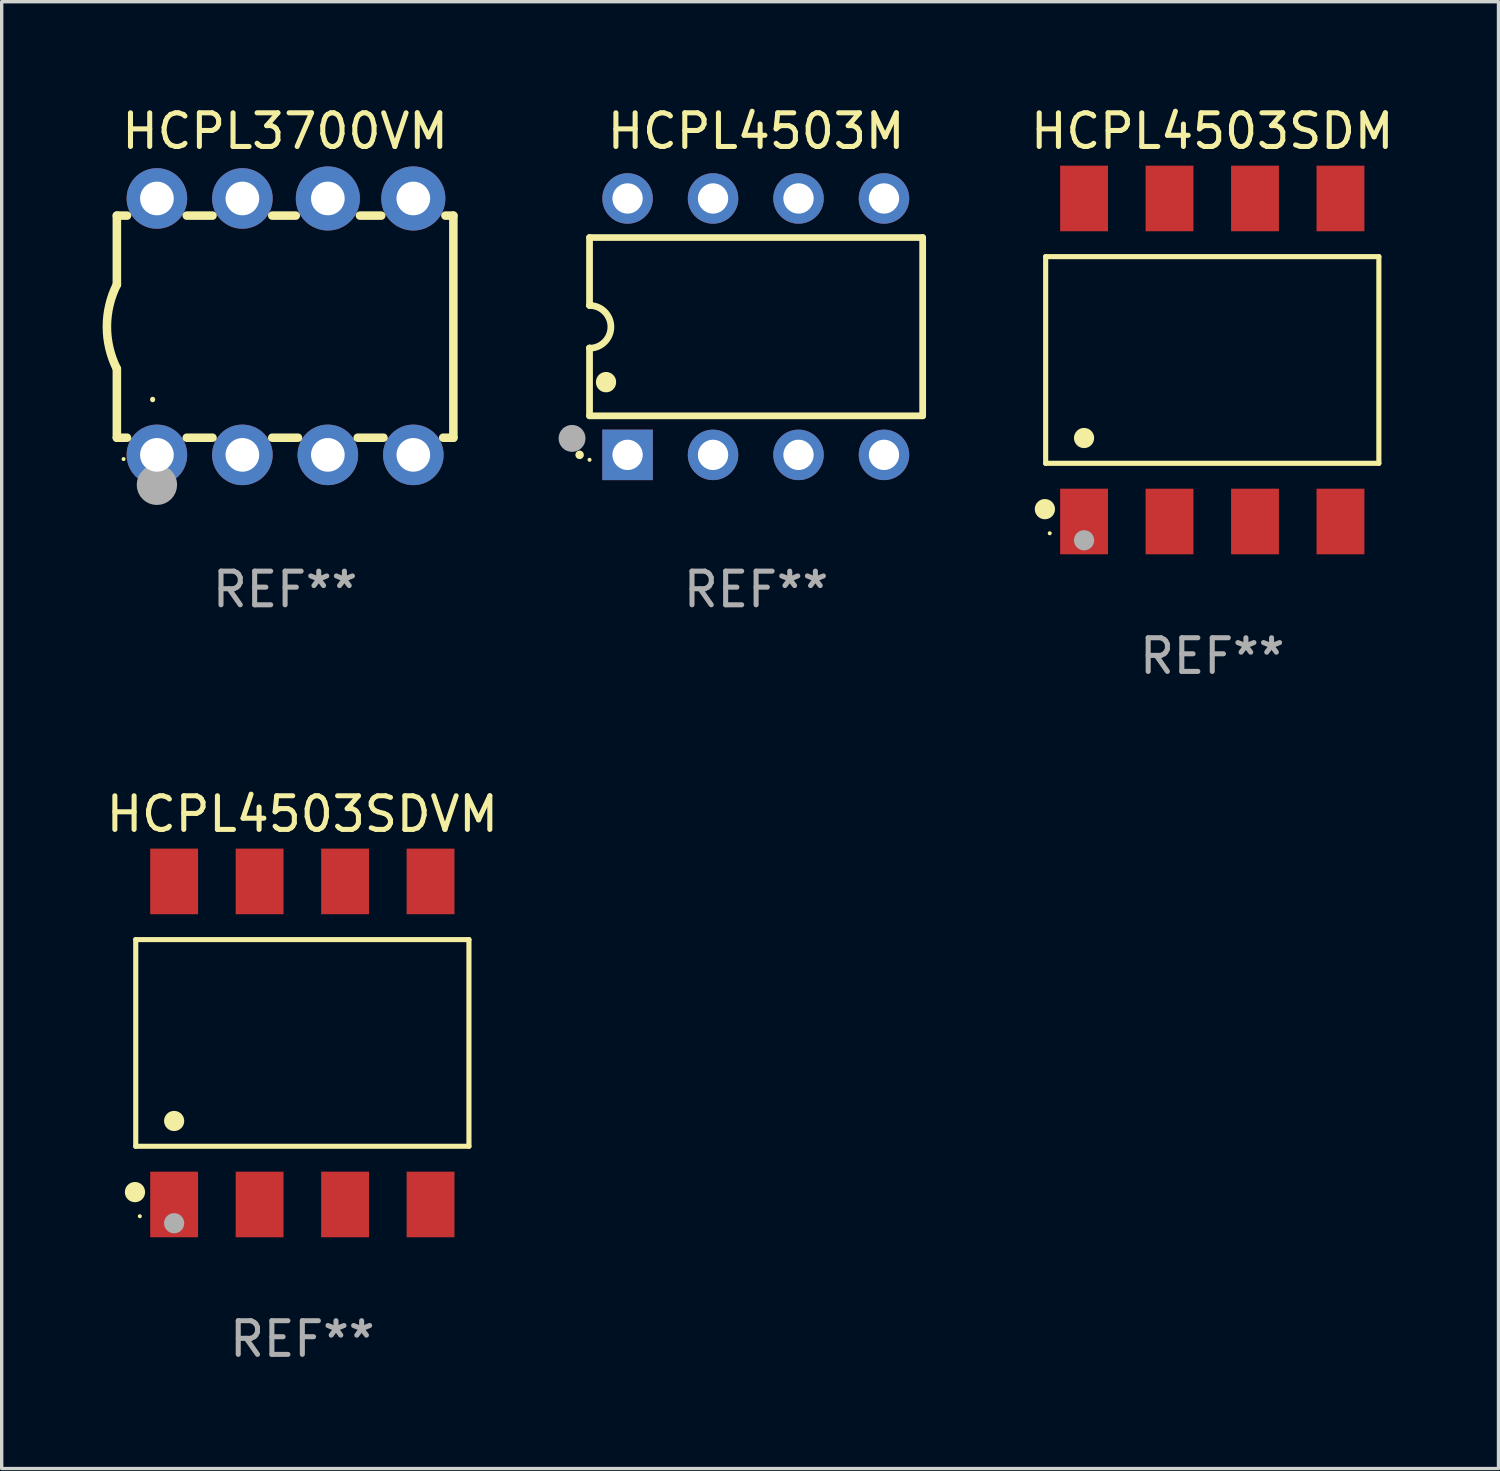
<source format=kicad_pcb>
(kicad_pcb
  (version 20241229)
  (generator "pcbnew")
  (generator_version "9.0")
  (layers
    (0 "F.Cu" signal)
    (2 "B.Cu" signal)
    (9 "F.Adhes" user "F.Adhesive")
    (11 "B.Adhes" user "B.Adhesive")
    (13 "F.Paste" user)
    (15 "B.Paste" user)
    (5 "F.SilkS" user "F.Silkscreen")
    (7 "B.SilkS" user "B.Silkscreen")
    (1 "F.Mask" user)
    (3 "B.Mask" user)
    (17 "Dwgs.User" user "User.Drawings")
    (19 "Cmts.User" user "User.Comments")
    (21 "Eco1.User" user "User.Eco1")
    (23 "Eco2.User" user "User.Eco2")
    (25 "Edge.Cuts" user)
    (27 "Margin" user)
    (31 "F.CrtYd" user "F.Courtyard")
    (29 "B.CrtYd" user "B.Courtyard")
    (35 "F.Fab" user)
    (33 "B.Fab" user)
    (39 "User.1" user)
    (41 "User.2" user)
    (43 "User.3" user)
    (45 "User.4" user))
  (footprint "HCPL4503SDM"
    (layer "F.Cu")
    (at 32.976 7.648)
    (property "Reference" "HCPL4503SDM" (at 0 -6.8 0) (layer "F.SilkS") (effects (font (size 1 1) (thickness 0.15))))
    (attr through_hole)
    (fp_line (start -4.951 -3.071) (end 4.951 -3.071) (stroke (width 0.152) (type solid)) (layer "F.SilkS"))
    (fp_line (start -4.951 3.071) (end -4.951 -3.071) (stroke (width 0.152) (type solid)) (layer "F.SilkS"))
    (fp_line (start 4.951 -3.071) (end 4.951 3.071) (stroke (width 0.152) (type solid)) (layer "F.SilkS"))
    (fp_line (start 4.951 3.071) (end -4.951 3.071) (stroke (width 0.152) (type solid)) (layer "F.SilkS"))
    (fp_circle (center -4.974 4.433) (end -4.823 4.433) (stroke (width 0.3) (type solid)) (fill no) (layer "F.SilkS"))
    (fp_circle (center -4.83 5.15) (end -4.8 5.15) (stroke (width 0.06) (type solid)) (fill no) (layer "F.SilkS"))
    (fp_circle (center -3.81 2.319) (end -3.66 2.319) (stroke (width 0.3) (type solid)) (fill no) (layer "F.SilkS"))
    (fp_circle (center -3.81 5.358) (end -3.66 5.358) (stroke (width 0.3) (type solid)) (fill no) (layer "F.Fab"))
    (fp_text user "REF**" (at 0 8.8 0) (layer "F.Fab") (effects (font (size 1 1) (thickness 0.15))))
    (pad "1" smd rect (at -3.81 4.8) (size 1.422 1.95) (layers "F.Cu" "F.Mask" "F.Paste"))
    (pad "2" smd rect (at -1.27 4.8) (size 1.422 1.95) (layers "F.Cu" "F.Mask" "F.Paste"))
    (pad "3" smd rect (at 1.27 4.8) (size 1.422 1.95) (layers "F.Cu" "F.Mask" "F.Paste"))
    (pad "4" smd rect (at 3.81 4.8) (size 1.422 1.95) (layers "F.Cu" "F.Mask" "F.Paste"))
    (pad "5" smd rect (at 3.81 -4.8) (size 1.422 1.95) (layers "F.Cu" "F.Mask" "F.Paste"))
    (pad "6" smd rect (at 1.27 -4.8) (size 1.422 1.95) (layers "F.Cu" "F.Mask" "F.Paste"))
    (pad "7" smd rect (at -1.27 -4.8) (size 1.422 1.95) (layers "F.Cu" "F.Mask" "F.Paste"))
    (pad "8" smd rect (at -3.81 -4.8) (size 1.422 1.95) (layers "F.Cu" "F.Mask" "F.Paste")))
  (footprint "HCPL4503SDVM"
    (layer "F.Cu")
    (at 5.935 27.944)
    (property "Reference" "HCPL4503SDVM" (at 0 -6.8 0) (layer "F.SilkS") (effects (font (size 1 1) (thickness 0.15))))
    (attr through_hole)
    (fp_line (start -4.951 -3.071) (end 4.951 -3.071) (stroke (width 0.152) (type solid)) (layer "F.SilkS"))
    (fp_line (start -4.951 3.071) (end -4.951 -3.071) (stroke (width 0.152) (type solid)) (layer "F.SilkS"))
    (fp_line (start 4.951 -3.071) (end 4.951 3.071) (stroke (width 0.152) (type solid)) (layer "F.SilkS"))
    (fp_line (start 4.951 3.071) (end -4.951 3.071) (stroke (width 0.152) (type solid)) (layer "F.SilkS"))
    (fp_circle (center -4.974 4.433) (end -4.823 4.433) (stroke (width 0.3) (type solid)) (fill no) (layer "F.SilkS"))
    (fp_circle (center -4.83 5.15) (end -4.8 5.15) (stroke (width 0.06) (type solid)) (fill no) (layer "F.SilkS"))
    (fp_circle (center -3.81 2.319) (end -3.66 2.319) (stroke (width 0.3) (type solid)) (fill no) (layer "F.SilkS"))
    (fp_circle (center -3.81 5.358) (end -3.66 5.358) (stroke (width 0.3) (type solid)) (fill no) (layer "F.Fab"))
    (fp_text user "REF**" (at 0 8.8 0) (layer "F.Fab") (effects (font (size 1 1) (thickness 0.15))))
    (pad "1" smd rect (at -3.81 4.8) (size 1.422 1.95) (layers "F.Cu" "F.Mask" "F.Paste"))
    (pad "2" smd rect (at -1.27 4.8) (size 1.422 1.95) (layers "F.Cu" "F.Mask" "F.Paste"))
    (pad "3" smd rect (at 1.27 4.8) (size 1.422 1.95) (layers "F.Cu" "F.Mask" "F.Paste"))
    (pad "4" smd rect (at 3.81 4.8) (size 1.422 1.95) (layers "F.Cu" "F.Mask" "F.Paste"))
    (pad "5" smd rect (at 3.81 -4.8) (size 1.422 1.95) (layers "F.Cu" "F.Mask" "F.Paste"))
    (pad "6" smd rect (at 1.27 -4.8) (size 1.422 1.95) (layers "F.Cu" "F.Mask" "F.Paste"))
    (pad "7" smd rect (at -1.27 -4.8) (size 1.422 1.95) (layers "F.Cu" "F.Mask" "F.Paste"))
    (pad "8" smd rect (at -3.81 -4.8) (size 1.422 1.95) (layers "F.Cu" "F.Mask" "F.Paste")))
  (footprint "HCPL4503M"
    (layer "F.Cu")
    (at 19.42 6.658)
    (property "Reference" "HCPL4503M" (at 0 -5.81 0) (layer "F.SilkS") (effects (font (size 1 1) (thickness 0.15))))
    (attr through_hole)
    (fp_line (start -4.95 -2.649) (end 4.95 -2.649) (stroke (width 0.2) (type solid)) (layer "F.SilkS"))
    (fp_line (start -4.95 -0.635) (end -4.95 -2.649) (stroke (width 0.2) (type solid)) (layer "F.SilkS"))
    (fp_line (start -4.95 0.635) (end -4.95 0.64) (stroke (width 0.2) (type solid)) (layer "F.SilkS"))
    (fp_line (start -4.95 2.649) (end -4.95 0.635) (stroke (width 0.2) (type solid)) (layer "F.SilkS"))
    (fp_line (start -4.95 -0.64) (end -4.95 -0.635) (stroke (width 0.2) (type solid)) (layer "F.SilkS"))
    (fp_line (start 4.95 -2.649) (end 4.95 2.649) (stroke (width 0.2) (type solid)) (layer "F.SilkS"))
    (fp_line (start 4.95 2.649) (end -4.95 2.649) (stroke (width 0.2) (type solid)) (layer "F.SilkS"))
    (fp_arc (start -5.24511 3.810008) (mid -5.245117 3.808738) (end -5.24511 3.807468) (stroke (width 0.25) (type solid)) (layer "F.SilkS"))
    (fp_arc (start -4.950165 -0.629997) (mid -4.315164 0.005004) (end -4.950165 0.640005) (stroke (width 0.2) (type solid)) (layer "F.SilkS"))
    (fp_arc (start -4.460249 1.651003) (mid -4.46026 1.648463) (end -4.460249 1.645923) (stroke (width 0.6) (type solid)) (layer "F.SilkS"))
    (fp_circle (center -4.95 3.956) (end -4.92 3.956) (stroke (width 0.06) (type solid)) (fill no) (layer "F.SilkS"))
    (fp_circle (center -5.47 3.32) (end -5.27 3.32) (stroke (width 0.4) (type solid)) (fill no) (layer "F.Fab"))
    (fp_text user "REF**" (at 0 7.81 0) (layer "F.Fab") (effects (font (size 1 1) (thickness 0.15))))
    (pad "1" thru_hole rect (at -3.82 3.81) (size 1.5 1.5) (drill 0.9) (layers "*.Cu" "*.Mask"))
    (pad "2" thru_hole circle (at -1.28 3.81) (size 1.5 1.5) (drill 0.9) (layers "*.Cu" "*.Mask"))
    (pad "3" thru_hole circle (at 1.26 3.81) (size 1.5 1.5) (drill 0.9) (layers "*.Cu" "*.Mask"))
    (pad "4" thru_hole circle (at 3.8 3.81) (size 1.5 1.5) (drill 0.9) (layers "*.Cu" "*.Mask"))
    (pad "5" thru_hole circle (at 3.8 -3.81) (size 1.5 1.5) (drill 0.9) (layers "*.Cu" "*.Mask"))
    (pad "6" thru_hole circle (at 1.26 -3.81) (size 1.5 1.5) (drill 0.9) (layers "*.Cu" "*.Mask"))
    (pad "7" thru_hole circle (at -1.28 -3.81) (size 1.5 1.5) (drill 0.9) (layers "*.Cu" "*.Mask"))
    (pad "8" thru_hole circle (at -3.82 -3.81) (size 1.5 1.5) (drill 0.9) (layers "*.Cu" "*.Mask")))
  (footprint "HCPL3700VM"
    (layer "F.Cu")
    (at 5.423 6.658)
    (property "Reference" "HCPL3700VM" (at 0 -5.81 0) (layer "F.SilkS") (effects (font (size 1 1) (thickness 0.15))))
    (attr through_hole)
    (fp_line (start -5 -3.3) (end -5 -1.25) (stroke (width 0.254) (type solid)) (layer "F.SilkS"))
    (fp_line (start -5 -3.3) (end -4.698 -3.3) (stroke (width 0.254) (type solid)) (layer "F.SilkS"))
    (fp_line (start -5 3.3) (end -5 1.25) (stroke (width 0.254) (type solid)) (layer "F.SilkS"))
    (fp_line (start -5 3.3) (end -4.698 3.3) (stroke (width 0.254) (type solid)) (layer "F.SilkS"))
    (fp_line (start -2.922 -3.3) (end -2.158 -3.3) (stroke (width 0.254) (type solid)) (layer "F.SilkS"))
    (fp_line (start -2.922 3.3) (end -2.158 3.3) (stroke (width 0.254) (type solid)) (layer "F.SilkS"))
    (fp_line (start -0.382 -3.3) (end 0.316 -3.3) (stroke (width 0.254) (type solid)) (layer "F.SilkS"))
    (fp_line (start -0.382 3.3) (end 0.382 3.3) (stroke (width 0.254) (type solid)) (layer "F.SilkS"))
    (fp_line (start 2.158 3.3) (end 2.922 3.3) (stroke (width 0.254) (type solid)) (layer "F.SilkS"))
    (fp_line (start 2.224 -3.3) (end 2.856 -3.3) (stroke (width 0.254) (type solid)) (layer "F.SilkS"))
    (fp_line (start 4.698 3.3) (end 5 3.3) (stroke (width 0.254) (type solid)) (layer "F.SilkS"))
    (fp_line (start 4.764 -3.3) (end 5 -3.3) (stroke (width 0.254) (type solid)) (layer "F.SilkS"))
    (fp_line (start 5 -3.3) (end 5 3.3) (stroke (width 0.254) (type solid)) (layer "F.SilkS"))
    (fp_arc (start -5.00127 1.249682) (mid -5.295892 -0.000313) (end -5.000025 -1.250013) (stroke (width 0.254001) (type solid)) (layer "F.SilkS"))
    (fp_arc (start -3.937262 2.170256) (mid -3.937197 2.164629) (end -3.937008 2.159004) (stroke (width 0.149987) (type solid)) (layer "F.SilkS"))
    (fp_circle (center -4.8 3.935) (end -4.77 3.935) (stroke (width 0.06) (type solid)) (fill no) (layer "F.SilkS"))
    (fp_circle (center -3.81 4.699) (end -3.51 4.699) (stroke (width 0.6) (type solid)) (fill no) (layer "F.Fab"))
    (fp_text user "REF**" (at 0 7.81 0) (layer "F.Fab") (effects (font (size 1 1) (thickness 0.15))))
    (pad "1" thru_hole circle (at -3.81 3.81) (size 1.8 1.8) (drill 1) (layers "*.Cu" "*.Mask"))
    (pad "2" thru_hole circle (at -1.27 3.81) (size 1.8 1.8) (drill 1) (layers "*.Cu" "*.Mask"))
    (pad "3" thru_hole circle (at 1.27 3.81) (size 1.8 1.8) (drill 1) (layers "*.Cu" "*.Mask"))
    (pad "4" thru_hole circle (at 3.81 3.81) (size 1.8 1.8) (drill 1) (layers "*.Cu" "*.Mask"))
    (pad "5" thru_hole circle (at 3.81 -3.81) (size 1.905 1.905) (drill 1) (layers "*.Cu" "*.Mask"))
    (pad "6" thru_hole circle (at 1.27 -3.81) (size 1.905 1.905) (drill 1) (layers "*.Cu" "*.Mask"))
    (pad "7" thru_hole circle (at -1.27 -3.81) (size 1.8 1.8) (drill 1) (layers "*.Cu" "*.Mask"))
    (pad "8" thru_hole circle (at -3.81 -3.81) (size 1.8 1.8) (drill 1) (layers "*.Cu" "*.Mask")))
  (gr_rect
    (start -3 -3)
    (end 41.482 40.592)
    (stroke (width 0.1) (type default))
    (fill no)
    (layer "Edge.Cuts")))
</source>
